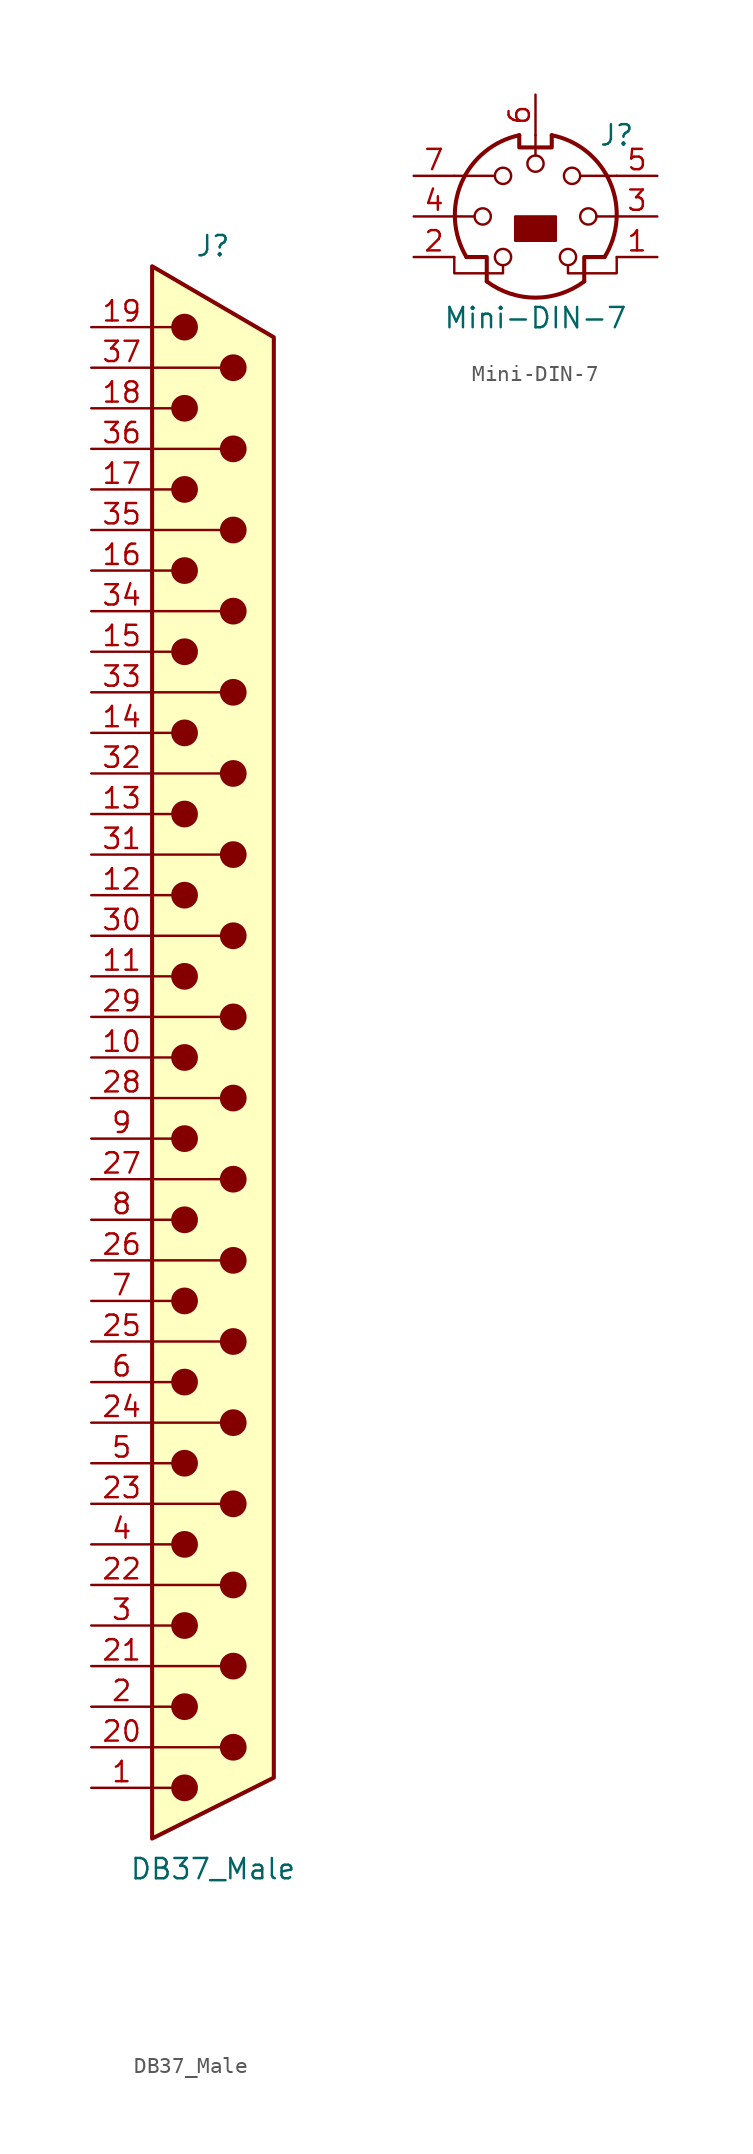
<source format=kicad_sym>
(kicad_symbol_lib
  (version 20211014)
  (generator kicad_symbol_editor)
  (symbol "DB37_Male"
    (pin_names
      (offset 1.016) hide)
    (property "Reference" "J"
      (at 0 50.8 0)
      (effects (font (size 1.27 1.27))))
    (property "Value" "DB37_Male"
      (at 0 -50.8 0)
      (effects (font (size 1.27 1.27))))
    (symbol "DB37_Male_0_1"
      (circle (center -1.778 -45.72) (radius 0.762) (stroke (width 0) (type default) (color 0 0 0 0)) (fill (type outline)))
      (circle (center -1.778 -40.64) (radius 0.762) (stroke (width 0) (type default) (color 0 0 0 0)) (fill (type outline)))
      (circle (center -1.778 -35.56) (radius 0.762) (stroke (width 0) (type default) (color 0 0 0 0)) (fill (type outline)))
      (circle (center -1.778 -30.48) (radius 0.762) (stroke (width 0) (type default) (color 0 0 0 0)) (fill (type outline)))
      (circle (center -1.778 -25.4) (radius 0.762) (stroke (width 0) (type default) (color 0 0 0 0)) (fill (type outline)))
      (circle (center -1.778 -20.32) (radius 0.762) (stroke (width 0) (type default) (color 0 0 0 0)) (fill (type outline)))
      (circle (center -1.778 -15.24) (radius 0.762) (stroke (width 0) (type default) (color 0 0 0 0)) (fill (type outline)))
      (circle (center -1.778 -10.16) (radius 0.762) (stroke (width 0) (type default) (color 0 0 0 0)) (fill (type outline)))
      (circle (center -1.778 -5.08) (radius 0.762) (stroke (width 0) (type default) (color 0 0 0 0)) (fill (type outline)))
      (circle (center -1.778 0) (radius 0.762) (stroke (width 0) (type default) (color 0 0 0 0)) (fill (type outline)))
      (circle (center -1.778 5.08) (radius 0.762) (stroke (width 0) (type default) (color 0 0 0 0)) (fill (type outline)))
      (circle (center -1.778 10.16) (radius 0.762) (stroke (width 0) (type default) (color 0 0 0 0)) (fill (type outline)))
      (circle (center -1.778 15.24) (radius 0.762) (stroke (width 0) (type default) (color 0 0 0 0)) (fill (type outline)))
      (circle (center -1.778 20.32) (radius 0.762) (stroke (width 0) (type default) (color 0 0 0 0)) (fill (type outline)))
      (circle (center -1.778 25.4) (radius 0.762) (stroke (width 0) (type default) (color 0 0 0 0)) (fill (type outline)))
      (circle (center -1.778 30.48) (radius 0.762) (stroke (width 0) (type default) (color 0 0 0 0)) (fill (type outline)))
      (circle (center -1.778 35.56) (radius 0.762) (stroke (width 0) (type default) (color 0 0 0 0)) (fill (type outline)))
      (circle (center -1.778 40.64) (radius 0.762) (stroke (width 0) (type default) (color 0 0 0 0)) (fill (type outline)))
      (circle (center -1.778 45.72) (radius 0.762) (stroke (width 0) (type default) (color 0 0 0 0)) (fill (type outline)))
      (polyline (pts (xy -3.81 -45.72) (xy -2.54 -45.72)) (stroke (width 0) (type default) (color 0 0 0 0)) (fill (type none)))
      (polyline (pts (xy -3.81 -43.18) (xy 0.508 -43.18)) (stroke (width 0) (type default) (color 0 0 0 0)) (fill (type none)))
      (polyline (pts (xy -3.81 -40.64) (xy -2.54 -40.64)) (stroke (width 0) (type default) (color 0 0 0 0)) (fill (type none)))
      (polyline (pts (xy -3.81 -38.1) (xy 0.508 -38.1)) (stroke (width 0) (type default) (color 0 0 0 0)) (fill (type none)))
      (polyline (pts (xy -3.81 -35.56) (xy -2.54 -35.56)) (stroke (width 0) (type default) (color 0 0 0 0)) (fill (type none)))
      (polyline (pts (xy -3.81 -33.02) (xy 0.508 -33.02)) (stroke (width 0) (type default) (color 0 0 0 0)) (fill (type none)))
      (polyline (pts (xy -3.81 -30.48) (xy -2.54 -30.48)) (stroke (width 0) (type default) (color 0 0 0 0)) (fill (type none)))
      (polyline (pts (xy -3.81 -27.94) (xy 0.508 -27.94)) (stroke (width 0) (type default) (color 0 0 0 0)) (fill (type none)))
      (polyline (pts (xy -3.81 -25.4) (xy -2.54 -25.4)) (stroke (width 0) (type default) (color 0 0 0 0)) (fill (type none)))
      (polyline (pts (xy -3.81 -22.86) (xy 0.508 -22.86)) (stroke (width 0) (type default) (color 0 0 0 0)) (fill (type none)))
      (polyline (pts (xy -3.81 -20.32) (xy -2.54 -20.32)) (stroke (width 0) (type default) (color 0 0 0 0)) (fill (type none)))
      (polyline (pts (xy -3.81 -17.78) (xy 0.508 -17.78)) (stroke (width 0) (type default) (color 0 0 0 0)) (fill (type none)))
      (polyline (pts (xy -3.81 -15.24) (xy -2.54 -15.24)) (stroke (width 0) (type default) (color 0 0 0 0)) (fill (type none)))
      (polyline (pts (xy -3.81 -12.7) (xy 0.508 -12.7)) (stroke (width 0) (type default) (color 0 0 0 0)) (fill (type none)))
      (polyline (pts (xy -3.81 -10.16) (xy -2.54 -10.16)) (stroke (width 0) (type default) (color 0 0 0 0)) (fill (type none)))
      (polyline (pts (xy -3.81 -7.62) (xy 0.508 -7.62)) (stroke (width 0) (type default) (color 0 0 0 0)) (fill (type none)))
      (polyline (pts (xy -3.81 -5.08) (xy -2.54 -5.08)) (stroke (width 0) (type default) (color 0 0 0 0)) (fill (type none)))
      (polyline (pts (xy -3.81 -2.54) (xy 0.508 -2.54)) (stroke (width 0) (type default) (color 0 0 0 0)) (fill (type none)))
      (polyline (pts (xy -3.81 0) (xy -2.54 0)) (stroke (width 0) (type default) (color 0 0 0 0)) (fill (type none)))
      (polyline (pts (xy -3.81 2.54) (xy 0.508 2.54)) (stroke (width 0) (type default) (color 0 0 0 0)) (fill (type none)))
      (polyline (pts (xy -3.81 5.08) (xy -2.54 5.08)) (stroke (width 0) (type default) (color 0 0 0 0)) (fill (type none)))
      (polyline (pts (xy -3.81 7.62) (xy 0.508 7.62)) (stroke (width 0) (type default) (color 0 0 0 0)) (fill (type none)))
      (polyline (pts (xy -3.81 10.16) (xy -2.54 10.16)) (stroke (width 0) (type default) (color 0 0 0 0)) (fill (type none)))
      (polyline (pts (xy -3.81 12.7) (xy 0.508 12.7)) (stroke (width 0) (type default) (color 0 0 0 0)) (fill (type none)))
      (polyline (pts (xy -3.81 15.24) (xy -2.54 15.24)) (stroke (width 0) (type default) (color 0 0 0 0)) (fill (type none)))
      (polyline (pts (xy -3.81 17.78) (xy 0.508 17.78)) (stroke (width 0) (type default) (color 0 0 0 0)) (fill (type none)))
      (polyline (pts (xy -3.81 20.32) (xy -2.54 20.32)) (stroke (width 0) (type default) (color 0 0 0 0)) (fill (type none)))
      (polyline (pts (xy -3.81 22.86) (xy 0.508 22.86)) (stroke (width 0) (type default) (color 0 0 0 0)) (fill (type none)))
      (polyline (pts (xy -3.81 25.4) (xy -2.54 25.4)) (stroke (width 0) (type default) (color 0 0 0 0)) (fill (type none)))
      (polyline (pts (xy -3.81 27.94) (xy 0.508 27.94)) (stroke (width 0) (type default) (color 0 0 0 0)) (fill (type none)))
      (polyline (pts (xy -3.81 30.48) (xy -2.54 30.48)) (stroke (width 0) (type default) (color 0 0 0 0)) (fill (type none)))
      (polyline (pts (xy -3.81 33.02) (xy 0.508 33.02)) (stroke (width 0) (type default) (color 0 0 0 0)) (fill (type none)))
      (polyline (pts (xy -3.81 35.56) (xy -2.54 35.56)) (stroke (width 0) (type default) (color 0 0 0 0)) (fill (type none)))
      (polyline (pts (xy -3.81 38.1) (xy 0.508 38.1)) (stroke (width 0) (type default) (color 0 0 0 0)) (fill (type none)))
      (polyline (pts (xy -3.81 40.64) (xy -2.54 40.64)) (stroke (width 0) (type default) (color 0 0 0 0)) (fill (type none)))
      (polyline (pts (xy -3.81 43.18) (xy 0.508 43.18)) (stroke (width 0) (type default) (color 0 0 0 0)) (fill (type none)))
      (polyline (pts (xy -3.81 45.72) (xy -2.54 45.72)) (stroke (width 0) (type default) (color 0 0 0 0)) (fill (type none)))
      (polyline (pts (xy -3.81 49.53) (xy 3.81 45.085) (xy 3.81 -45.085) (xy -3.81 -48.895) (xy -3.81 49.53)) (stroke (width 0.254) (type default) (color 0 0 0 0)) (fill (type background)))
      (circle (center 1.27 -43.18) (radius 0.762) (stroke (width 0) (type default) (color 0 0 0 0)) (fill (type outline)))
      (circle (center 1.27 -38.1) (radius 0.762) (stroke (width 0) (type default) (color 0 0 0 0)) (fill (type outline)))
      (circle (center 1.27 -33.02) (radius 0.762) (stroke (width 0) (type default) (color 0 0 0 0)) (fill (type outline)))
      (circle (center 1.27 -27.94) (radius 0.762) (stroke (width 0) (type default) (color 0 0 0 0)) (fill (type outline)))
      (circle (center 1.27 -22.86) (radius 0.762) (stroke (width 0) (type default) (color 0 0 0 0)) (fill (type outline)))
      (circle (center 1.27 -17.78) (radius 0.762) (stroke (width 0) (type default) (color 0 0 0 0)) (fill (type outline)))
      (circle (center 1.27 -12.7) (radius 0.762) (stroke (width 0) (type default) (color 0 0 0 0)) (fill (type outline)))
      (circle (center 1.27 -7.62) (radius 0.762) (stroke (width 0) (type default) (color 0 0 0 0)) (fill (type outline)))
      (circle (center 1.27 -2.54) (radius 0.762) (stroke (width 0) (type default) (color 0 0 0 0)) (fill (type outline)))
      (circle (center 1.27 2.54) (radius 0.762) (stroke (width 0) (type default) (color 0 0 0 0)) (fill (type outline)))
      (circle (center 1.27 7.62) (radius 0.762) (stroke (width 0) (type default) (color 0 0 0 0)) (fill (type outline)))
      (circle (center 1.27 12.7) (radius 0.762) (stroke (width 0) (type default) (color 0 0 0 0)) (fill (type outline)))
      (circle (center 1.27 17.78) (radius 0.762) (stroke (width 0) (type default) (color 0 0 0 0)) (fill (type outline)))
      (circle (center 1.27 22.86) (radius 0.762) (stroke (width 0) (type default) (color 0 0 0 0)) (fill (type outline)))
      (circle (center 1.27 27.94) (radius 0.762) (stroke (width 0) (type default) (color 0 0 0 0)) (fill (type outline)))
      (circle (center 1.27 33.02) (radius 0.762) (stroke (width 0) (type default) (color 0 0 0 0)) (fill (type outline)))
      (circle (center 1.27 38.1) (radius 0.762) (stroke (width 0) (type default) (color 0 0 0 0)) (fill (type outline)))
      (circle (center 1.27 43.18) (radius 0.762) (stroke (width 0) (type default) (color 0 0 0 0)) (fill (type outline))))
    (symbol "DB37_Male_1_1"
      (pin passive line (at -7.62 -45.72 0) (length 3.81) (name "1" (effects (font (size 1.27 1.27)))) (number "1" (effects (font (size 1.27 1.27)))))
      (pin passive line (at -7.62 0 0) (length 3.81) (name "10" (effects (font (size 1.27 1.27)))) (number "10" (effects (font (size 1.27 1.27)))))
      (pin passive line (at -7.62 5.08 0) (length 3.81) (name "11" (effects (font (size 1.27 1.27)))) (number "11" (effects (font (size 1.27 1.27)))))
      (pin passive line (at -7.62 10.16 0) (length 3.81) (name "12" (effects (font (size 1.27 1.27)))) (number "12" (effects (font (size 1.27 1.27)))))
      (pin passive line (at -7.62 15.24 0) (length 3.81) (name "13" (effects (font (size 1.27 1.27)))) (number "13" (effects (font (size 1.27 1.27)))))
      (pin passive line (at -7.62 20.32 0) (length 3.81) (name "14" (effects (font (size 1.27 1.27)))) (number "14" (effects (font (size 1.27 1.27)))))
      (pin passive line (at -7.62 25.4 0) (length 3.81) (name "15" (effects (font (size 1.27 1.27)))) (number "15" (effects (font (size 1.27 1.27)))))
      (pin passive line (at -7.62 30.48 0) (length 3.81) (name "16" (effects (font (size 1.27 1.27)))) (number "16" (effects (font (size 1.27 1.27)))))
      (pin passive line (at -7.62 35.56 0) (length 3.81) (name "17" (effects (font (size 1.27 1.27)))) (number "17" (effects (font (size 1.27 1.27)))))
      (pin passive line (at -7.62 40.64 0) (length 3.81) (name "18" (effects (font (size 1.27 1.27)))) (number "18" (effects (font (size 1.27 1.27)))))
      (pin passive line (at -7.62 45.72 0) (length 3.81) (name "19" (effects (font (size 1.27 1.27)))) (number "19" (effects (font (size 1.27 1.27)))))
      (pin passive line (at -7.62 -40.64 0) (length 3.81) (name "2" (effects (font (size 1.27 1.27)))) (number "2" (effects (font (size 1.27 1.27)))))
      (pin passive line (at -7.62 -43.18 0) (length 3.81) (name "20" (effects (font (size 1.27 1.27)))) (number "20" (effects (font (size 1.27 1.27)))))
      (pin passive line (at -7.62 -38.1 0) (length 3.81) (name "21" (effects (font (size 1.27 1.27)))) (number "21" (effects (font (size 1.27 1.27)))))
      (pin passive line (at -7.62 -33.02 0) (length 3.81) (name "22" (effects (font (size 1.27 1.27)))) (number "22" (effects (font (size 1.27 1.27)))))
      (pin passive line (at -7.62 -27.94 0) (length 3.81) (name "23" (effects (font (size 1.27 1.27)))) (number "23" (effects (font (size 1.27 1.27)))))
      (pin passive line (at -7.62 -22.86 0) (length 3.81) (name "24" (effects (font (size 1.27 1.27)))) (number "24" (effects (font (size 1.27 1.27)))))
      (pin passive line (at -7.62 -17.78 0) (length 3.81) (name "25" (effects (font (size 1.27 1.27)))) (number "25" (effects (font (size 1.27 1.27)))))
      (pin passive line (at -7.62 -12.7 0) (length 3.81) (name "26" (effects (font (size 1.27 1.27)))) (number "26" (effects (font (size 1.27 1.27)))))
      (pin passive line (at -7.62 -7.62 0) (length 3.81) (name "27" (effects (font (size 1.27 1.27)))) (number "27" (effects (font (size 1.27 1.27)))))
      (pin passive line (at -7.62 -2.54 0) (length 3.81) (name "28" (effects (font (size 1.27 1.27)))) (number "28" (effects (font (size 1.27 1.27)))))
      (pin passive line (at -7.62 2.54 0) (length 3.81) (name "29" (effects (font (size 1.27 1.27)))) (number "29" (effects (font (size 1.27 1.27)))))
      (pin passive line (at -7.62 -35.56 0) (length 3.81) (name "3" (effects (font (size 1.27 1.27)))) (number "3" (effects (font (size 1.27 1.27)))))
      (pin passive line (at -7.62 7.62 0) (length 3.81) (name "30" (effects (font (size 1.27 1.27)))) (number "30" (effects (font (size 1.27 1.27)))))
      (pin passive line (at -7.62 12.7 0) (length 3.81) (name "31" (effects (font (size 1.27 1.27)))) (number "31" (effects (font (size 1.27 1.27)))))
      (pin passive line (at -7.62 17.78 0) (length 3.81) (name "32" (effects (font (size 1.27 1.27)))) (number "32" (effects (font (size 1.27 1.27)))))
      (pin passive line (at -7.62 22.86 0) (length 3.81) (name "33" (effects (font (size 1.27 1.27)))) (number "33" (effects (font (size 1.27 1.27)))))
      (pin passive line (at -7.62 27.94 0) (length 3.81) (name "34" (effects (font (size 1.27 1.27)))) (number "34" (effects (font (size 1.27 1.27)))))
      (pin passive line (at -7.62 33.02 0) (length 3.81) (name "35" (effects (font (size 1.27 1.27)))) (number "35" (effects (font (size 1.27 1.27)))))
      (pin passive line (at -7.62 38.1 0) (length 3.81) (name "36" (effects (font (size 1.27 1.27)))) (number "36" (effects (font (size 1.27 1.27)))))
      (pin passive line (at -7.62 43.18 0) (length 3.81) (name "37" (effects (font (size 1.27 1.27)))) (number "37" (effects (font (size 1.27 1.27)))))
      (pin passive line (at -7.62 -30.48 0) (length 3.81) (name "4" (effects (font (size 1.27 1.27)))) (number "4" (effects (font (size 1.27 1.27)))))
      (pin passive line (at -7.62 -25.4 0) (length 3.81) (name "5" (effects (font (size 1.27 1.27)))) (number "5" (effects (font (size 1.27 1.27)))))
      (pin passive line (at -7.62 -20.32 0) (length 3.81) (name "6" (effects (font (size 1.27 1.27)))) (number "6" (effects (font (size 1.27 1.27)))))
      (pin passive line (at -7.62 -15.24 0) (length 3.81) (name "7" (effects (font (size 1.27 1.27)))) (number "7" (effects (font (size 1.27 1.27)))))
      (pin passive line (at -7.62 -10.16 0) (length 3.81) (name "8" (effects (font (size 1.27 1.27)))) (number "8" (effects (font (size 1.27 1.27)))))
      (pin passive line (at -7.62 -5.08 0) (length 3.81) (name "9" (effects (font (size 1.27 1.27)))) (number "9" (effects (font (size 1.27 1.27)))))))
  (symbol "Mini-DIN-7"
    (pin_names
      (offset 1.016))
    (property "Reference" "J"
      (at 5.08 5.08 0)
      (effects (font (size 1.27 1.27))))
    (property "Value" "Mini-DIN-7"
      (at 0 -6.35 0)
      (effects (font (size 1.27 1.27))))
    (symbol "Mini-DIN-7_0_1"
      (circle (center -3.302 0) (radius 0.508) (stroke (width 0) (type default) (color 0 0 0 0)) (fill (type none)))
      (arc (start -3.048 -4.064) (mid 0 -5.08) (end 3.048 -4.064) (stroke (width 0.254) (type default) (color 0 0 0 0)) (fill (type none)))
      (circle (center -2.032 -2.54) (radius 0.508) (stroke (width 0) (type default) (color 0 0 0 0)) (fill (type none)))
      (circle (center -2.032 2.54) (radius 0.508) (stroke (width 0) (type default) (color 0 0 0 0)) (fill (type none)))
      (arc (start -1.016 5.08) (mid -4.6228 2.1214) (end -4.318 -2.54) (stroke (width 0.254) (type default) (color 0 0 0 0)) (fill (type none)))
      (polyline (pts (xy -3.81 0) (xy -5.08 0)) (stroke (width 0) (type default) (color 0 0 0 0)) (fill (type none)))
      (polyline (pts (xy -2.54 2.54) (xy -5.08 2.54)) (stroke (width 0) (type default) (color 0 0 0 0)) (fill (type none)))
      (polyline (pts (xy 0 3.81) (xy 0 5.08)) (stroke (width 0) (type default) (color 0 0 0 0)) (fill (type none)))
      (polyline (pts (xy 2.794 2.54) (xy 5.08 2.54)) (stroke (width 0) (type default) (color 0 0 0 0)) (fill (type none)))
      (polyline (pts (xy 5.08 0) (xy 3.81 0)) (stroke (width 0) (type default) (color 0 0 0 0)) (fill (type none)))
      (polyline (pts (xy -4.318 -2.54) (xy -3.048 -2.54) (xy -3.048 -4.064)) (stroke (width 0.254) (type default) (color 0 0 0 0)) (fill (type none)))
      (polyline (pts (xy 4.318 -2.54) (xy 3.048 -2.54) (xy 3.048 -4.064)) (stroke (width 0.254) (type default) (color 0 0 0 0)) (fill (type none)))
      (polyline (pts (xy -2.032 -3.048) (xy -2.032 -3.556) (xy -5.08 -3.556) (xy -5.08 -2.54)) (stroke (width 0) (type default) (color 0 0 0 0)) (fill (type none)))
      (polyline (pts (xy -1.016 5.08) (xy -1.016 4.318) (xy 1.016 4.318) (xy 1.016 5.08)) (stroke (width 0.254) (type default) (color 0 0 0 0)) (fill (type none)))
      (polyline (pts (xy 2.032 -3.048) (xy 2.032 -3.556) (xy 5.08 -3.556) (xy 5.08 -2.54)) (stroke (width 0) (type default) (color 0 0 0 0)) (fill (type none)))
      (circle (center 0 3.302) (radius 0.508) (stroke (width 0) (type default) (color 0 0 0 0)) (fill (type none)))
      (circle (center 2.032 -2.54) (radius 0.508) (stroke (width 0) (type default) (color 0 0 0 0)) (fill (type none)))
      (circle (center 2.286 2.54) (radius 0.508) (stroke (width 0) (type default) (color 0 0 0 0)) (fill (type none)))
      (circle (center 3.302 0) (radius 0.508) (stroke (width 0) (type default) (color 0 0 0 0)) (fill (type none)))
      (arc (start 4.318 -2.54) (mid 4.6661 2.1322) (end 1.016 5.08) (stroke (width 0.254) (type default) (color 0 0 0 0)) (fill (type none))))
    (symbol "Mini-DIN-7_1_1"
      (rectangle (start -1.27 -1.524) (end 1.27 0) (stroke (width 0) (type default) (color 0 0 0 0)) (fill (type outline)))
      (pin passive line (at 7.62 -2.54 180) (length 2.54) (name "~" (effects (font (size 1.27 1.27)))) (number "1" (effects (font (size 1.27 1.27)))))
      (pin passive line (at -7.62 -2.54 0) (length 2.54) (name "~" (effects (font (size 1.27 1.27)))) (number "2" (effects (font (size 1.27 1.27)))))
      (pin passive line (at 7.62 0 180) (length 2.54) (name "~" (effects (font (size 1.27 1.27)))) (number "3" (effects (font (size 1.27 1.27)))))
      (pin passive line (at -7.62 0 0) (length 2.54) (name "~" (effects (font (size 1.27 1.27)))) (number "4" (effects (font (size 1.27 1.27)))))
      (pin passive line (at 7.62 2.54 180) (length 2.54) (name "~" (effects (font (size 1.27 1.27)))) (number "5" (effects (font (size 1.27 1.27)))))
      (pin passive line (at 0 7.62 270) (length 2.54) (name "~" (effects (font (size 1.27 1.27)))) (number "6" (effects (font (size 1.27 1.27)))))
      (pin passive line (at -7.62 2.54 0) (length 2.54) (name "~" (effects (font (size 1.27 1.27)))) (number "7" (effects (font (size 1.27 1.27))))))))
</source>
